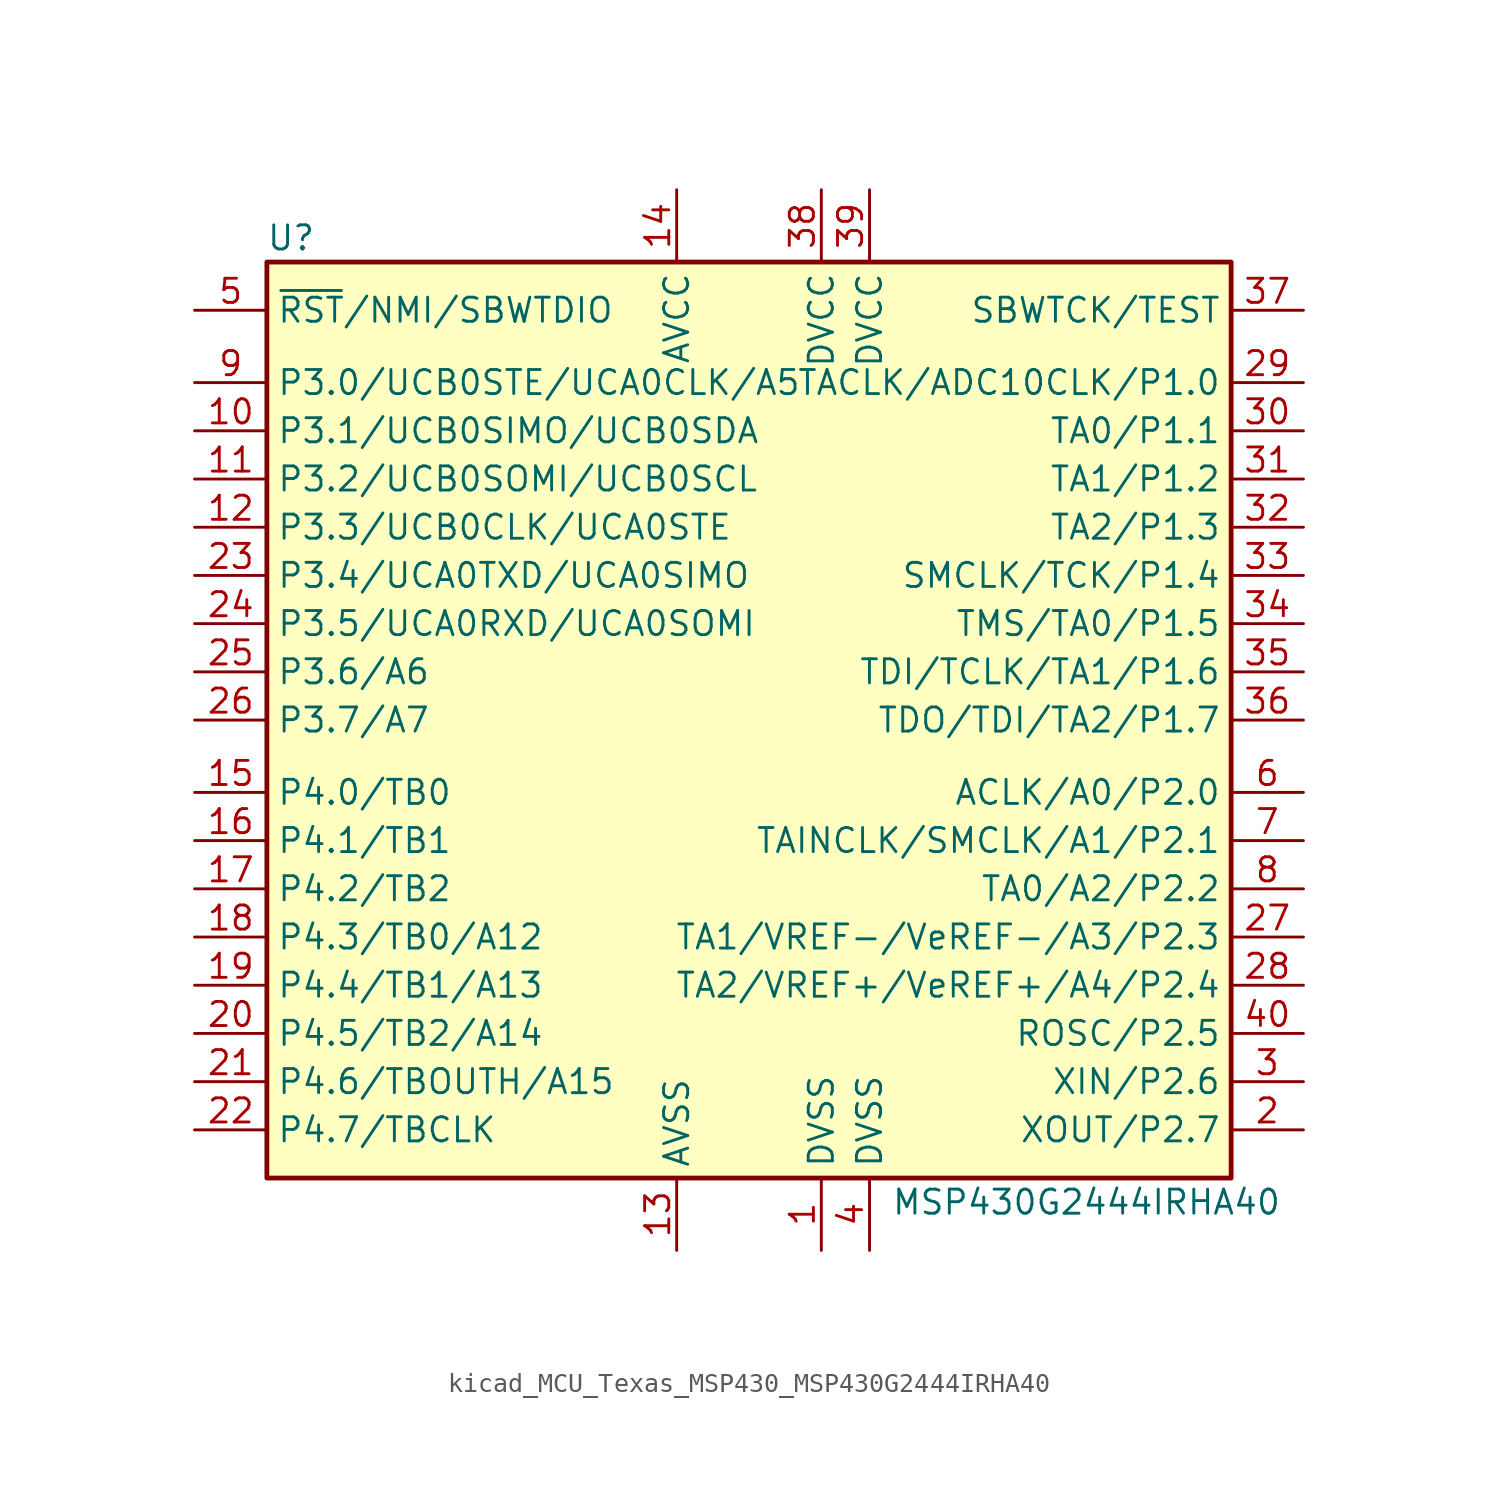
<source format=kicad_sym>
(kicad_symbol_lib
  (version 20220914)
  (generator kicad_symbol_editor)
  (symbol "kicad_MCU_Texas_MSP430_MSP430G2444IRHA40"
    (property "Reference" "U"
      (at -24.13 25.4 0)
      (effects (font (size 1.27 1.27))))
    (property "Value" "MSP430G2444IRHA40"
      (at 17.78 -25.4 0)
      (effects (font (size 1.27 1.27))))
    (symbol "kicad_MCU_Texas_MSP430_MSP430G2444IRHA40_0_1"
      (rectangle (start -25.4 24.13) (end 25.4 -24.13) (stroke (width 0.254) (type default)) (fill (type background))))
    (symbol "kicad_MCU_Texas_MSP430_MSP430G2444IRHA40_1_1"
      (pin power_in line (at 3.81 -27.94 90) (length 3.81) (name "DVSS" (effects (font (size 1.27 1.27)))) (number "1" (effects (font (size 1.27 1.27)))))
      (pin bidirectional line (at -29.21 15.24 0) (length 3.81) (name "P3.1/UCB0SIMO/UCB0SDA" (effects (font (size 1.27 1.27)))) (number "10" (effects (font (size 1.27 1.27)))))
      (pin bidirectional line (at -29.21 12.7 0) (length 3.81) (name "P3.2/UCB0SOMI/UCB0SCL" (effects (font (size 1.27 1.27)))) (number "11" (effects (font (size 1.27 1.27)))))
      (pin bidirectional line (at -29.21 10.16 0) (length 3.81) (name "P3.3/UCB0CLK/UCA0STE" (effects (font (size 1.27 1.27)))) (number "12" (effects (font (size 1.27 1.27)))))
      (pin power_in line (at -3.81 -27.94 90) (length 3.81) (name "AVSS" (effects (font (size 1.27 1.27)))) (number "13" (effects (font (size 1.27 1.27)))))
      (pin power_in line (at -3.81 27.94 270) (length 3.81) (name "AVCC" (effects (font (size 1.27 1.27)))) (number "14" (effects (font (size 1.27 1.27)))))
      (pin bidirectional line (at -29.21 -3.81 0) (length 3.81) (name "P4.0/TB0" (effects (font (size 1.27 1.27)))) (number "15" (effects (font (size 1.27 1.27)))))
      (pin bidirectional line (at -29.21 -6.35 0) (length 3.81) (name "P4.1/TB1" (effects (font (size 1.27 1.27)))) (number "16" (effects (font (size 1.27 1.27)))))
      (pin bidirectional line (at -29.21 -8.89 0) (length 3.81) (name "P4.2/TB2" (effects (font (size 1.27 1.27)))) (number "17" (effects (font (size 1.27 1.27)))))
      (pin bidirectional line (at -29.21 -11.43 0) (length 3.81) (name "P4.3/TB0/A12" (effects (font (size 1.27 1.27)))) (number "18" (effects (font (size 1.27 1.27)))))
      (pin bidirectional line (at -29.21 -13.97 0) (length 3.81) (name "P4.4/TB1/A13" (effects (font (size 1.27 1.27)))) (number "19" (effects (font (size 1.27 1.27)))))
      (pin bidirectional line (at 29.21 -21.59 180) (length 3.81) (name "XOUT/P2.7" (effects (font (size 1.27 1.27)))) (number "2" (effects (font (size 1.27 1.27)))))
      (pin bidirectional line (at -29.21 -16.51 0) (length 3.81) (name "P4.5/TB2/A14" (effects (font (size 1.27 1.27)))) (number "20" (effects (font (size 1.27 1.27)))))
      (pin bidirectional line (at -29.21 -19.05 0) (length 3.81) (name "P4.6/TBOUTH/A15" (effects (font (size 1.27 1.27)))) (number "21" (effects (font (size 1.27 1.27)))))
      (pin bidirectional line (at -29.21 -21.59 0) (length 3.81) (name "P4.7/TBCLK" (effects (font (size 1.27 1.27)))) (number "22" (effects (font (size 1.27 1.27)))))
      (pin bidirectional line (at -29.21 7.62 0) (length 3.81) (name "P3.4/UCA0TXD/UCA0SIMO" (effects (font (size 1.27 1.27)))) (number "23" (effects (font (size 1.27 1.27)))))
      (pin bidirectional line (at -29.21 5.08 0) (length 3.81) (name "P3.5/UCA0RXD/UCA0SOMI" (effects (font (size 1.27 1.27)))) (number "24" (effects (font (size 1.27 1.27)))))
      (pin bidirectional line (at -29.21 2.54 0) (length 3.81) (name "P3.6/A6" (effects (font (size 1.27 1.27)))) (number "25" (effects (font (size 1.27 1.27)))))
      (pin bidirectional line (at -29.21 0 0) (length 3.81) (name "P3.7/A7" (effects (font (size 1.27 1.27)))) (number "26" (effects (font (size 1.27 1.27)))))
      (pin bidirectional line (at 29.21 -11.43 180) (length 3.81) (name "TA1/VREF-/VeREF-/A3/P2.3" (effects (font (size 1.27 1.27)))) (number "27" (effects (font (size 1.27 1.27)))))
      (pin bidirectional line (at 29.21 -13.97 180) (length 3.81) (name "TA2/VREF+/VeREF+/A4/P2.4" (effects (font (size 1.27 1.27)))) (number "28" (effects (font (size 1.27 1.27)))))
      (pin bidirectional line (at 29.21 17.78 180) (length 3.81) (name "TACLK/ADC10CLK/P1.0" (effects (font (size 1.27 1.27)))) (number "29" (effects (font (size 1.27 1.27)))))
      (pin bidirectional line (at 29.21 -19.05 180) (length 3.81) (name "XIN/P2.6" (effects (font (size 1.27 1.27)))) (number "3" (effects (font (size 1.27 1.27)))))
      (pin bidirectional line (at 29.21 15.24 180) (length 3.81) (name "TA0/P1.1" (effects (font (size 1.27 1.27)))) (number "30" (effects (font (size 1.27 1.27)))))
      (pin bidirectional line (at 29.21 12.7 180) (length 3.81) (name "TA1/P1.2" (effects (font (size 1.27 1.27)))) (number "31" (effects (font (size 1.27 1.27)))))
      (pin bidirectional line (at 29.21 10.16 180) (length 3.81) (name "TA2/P1.3" (effects (font (size 1.27 1.27)))) (number "32" (effects (font (size 1.27 1.27)))))
      (pin bidirectional line (at 29.21 7.62 180) (length 3.81) (name "SMCLK/TCK/P1.4" (effects (font (size 1.27 1.27)))) (number "33" (effects (font (size 1.27 1.27)))))
      (pin bidirectional line (at 29.21 5.08 180) (length 3.81) (name "TMS/TA0/P1.5" (effects (font (size 1.27 1.27)))) (number "34" (effects (font (size 1.27 1.27)))))
      (pin bidirectional line (at 29.21 2.54 180) (length 3.81) (name "TDI/TCLK/TA1/P1.6" (effects (font (size 1.27 1.27)))) (number "35" (effects (font (size 1.27 1.27)))))
      (pin bidirectional line (at 29.21 0 180) (length 3.81) (name "TDO/TDI/TA2/P1.7" (effects (font (size 1.27 1.27)))) (number "36" (effects (font (size 1.27 1.27)))))
      (pin input line (at 29.21 21.59 180) (length 3.81) (name "SBWTCK/TEST" (effects (font (size 1.27 1.27)))) (number "37" (effects (font (size 1.27 1.27)))))
      (pin power_in line (at 3.81 27.94 270) (length 3.81) (name "DVCC" (effects (font (size 1.27 1.27)))) (number "38" (effects (font (size 1.27 1.27)))))
      (pin power_in line (at 6.35 27.94 270) (length 3.81) (name "DVCC" (effects (font (size 1.27 1.27)))) (number "39" (effects (font (size 1.27 1.27)))))
      (pin power_in line (at 6.35 -27.94 90) (length 3.81) (name "DVSS" (effects (font (size 1.27 1.27)))) (number "4" (effects (font (size 1.27 1.27)))))
      (pin bidirectional line (at 29.21 -16.51 180) (length 3.81) (name "ROSC/P2.5" (effects (font (size 1.27 1.27)))) (number "40" (effects (font (size 1.27 1.27)))))
      (pin input line (at -29.21 21.59 0) (length 3.81) (name "~{RST}/NMI/SBWTDIO" (effects (font (size 1.27 1.27)))) (number "5" (effects (font (size 1.27 1.27)))))
      (pin bidirectional line (at 29.21 -3.81 180) (length 3.81) (name "ACLK/A0/P2.0" (effects (font (size 1.27 1.27)))) (number "6" (effects (font (size 1.27 1.27)))))
      (pin bidirectional line (at 29.21 -6.35 180) (length 3.81) (name "TAINCLK/SMCLK/A1/P2.1" (effects (font (size 1.27 1.27)))) (number "7" (effects (font (size 1.27 1.27)))))
      (pin bidirectional line (at 29.21 -8.89 180) (length 3.81) (name "TA0/A2/P2.2" (effects (font (size 1.27 1.27)))) (number "8" (effects (font (size 1.27 1.27)))))
      (pin bidirectional line (at -29.21 17.78 0) (length 3.81) (name "P3.0/UCB0STE/UCA0CLK/A5" (effects (font (size 1.27 1.27)))) (number "9" (effects (font (size 1.27 1.27))))))))
</source>
